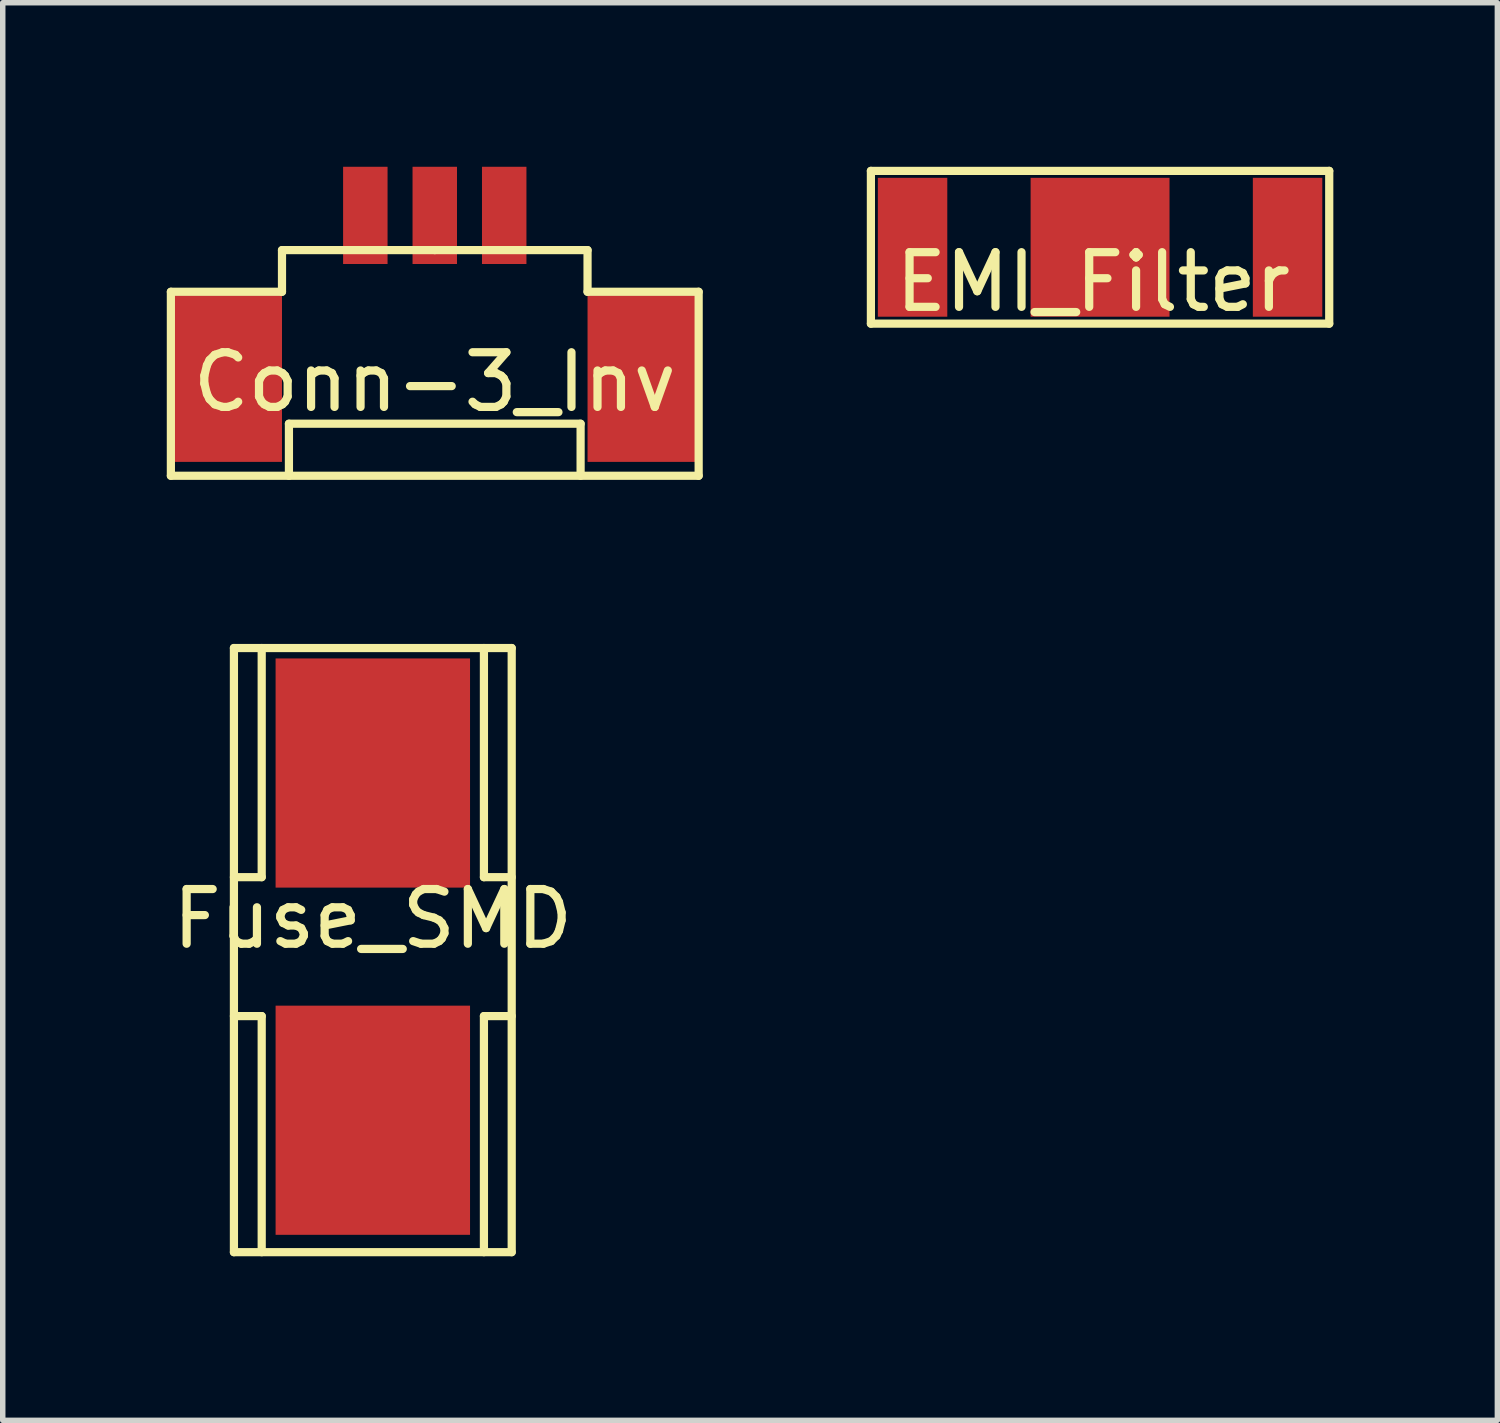
<source format=kicad_pcb>
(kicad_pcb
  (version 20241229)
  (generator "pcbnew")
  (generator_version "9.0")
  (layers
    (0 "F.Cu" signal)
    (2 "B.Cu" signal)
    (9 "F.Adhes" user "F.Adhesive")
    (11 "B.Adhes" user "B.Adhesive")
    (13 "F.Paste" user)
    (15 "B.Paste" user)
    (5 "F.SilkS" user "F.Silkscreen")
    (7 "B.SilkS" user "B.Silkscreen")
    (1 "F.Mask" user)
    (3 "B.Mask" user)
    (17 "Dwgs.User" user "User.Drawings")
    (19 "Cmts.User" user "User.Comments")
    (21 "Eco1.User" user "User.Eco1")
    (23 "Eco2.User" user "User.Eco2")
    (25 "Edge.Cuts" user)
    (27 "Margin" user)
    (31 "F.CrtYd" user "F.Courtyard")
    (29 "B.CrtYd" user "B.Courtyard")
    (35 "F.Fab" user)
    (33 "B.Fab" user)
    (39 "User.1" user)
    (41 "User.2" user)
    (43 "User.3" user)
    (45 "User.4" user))
  (footprint "EMI_Filter"
    (layer "F.Cu")
    (at 17.068 1.472)
    (property "Reference" "EMI_Filter" (at -0.127 0.635 0) (layer "F.SilkS") (effects (font (size 1 1) (thickness 0.15))))
    (attr smd)
    (fp_line (start -4.191 -1.397) (end -4.191 1.397) (stroke (width 0.15) (type solid)) (layer "F.SilkS"))
    (fp_line (start -4.191 1.397) (end 4.191 1.397) (stroke (width 0.15) (type solid)) (layer "F.SilkS"))
    (fp_line (start 4.191 -1.397) (end -4.191 -1.397) (stroke (width 0.15) (type solid)) (layer "F.SilkS"))
    (fp_line (start 4.191 1.397) (end 4.191 -1.397) (stroke (width 0.15) (type solid)) (layer "F.SilkS"))
    (pad "GND" smd rect (at 0 0) (size 2.54 2.54) (layers "F.Cu" "F.Mask" "F.Paste"))
    (pad "VI" smd rect (at -3.429 0) (size 1.27 2.54) (layers "F.Cu" "F.Mask" "F.Paste"))
    (pad "VO" smd rect (at 3.429 0) (size 1.27 2.54) (layers "F.Cu" "F.Mask" "F.Paste")))
  (footprint "Fuse_SMD"
    (layer "F.Cu")
    (at 3.768 14.262)
    (property "Reference" "Fuse_SMD" (at 0 -0.508 0) (layer "F.SilkS") (effects (font (size 1 1) (thickness 0.15))))
    (attr smd)
    (fp_line (start -2.54 -5.461) (end -2.54 5.588) (stroke (width 0.15) (type solid)) (layer "F.SilkS"))
    (fp_line (start -2.54 -5.461) (end 2.54 -5.461) (stroke (width 0.15) (type solid)) (layer "F.SilkS"))
    (fp_line (start -2.032 -5.461) (end -2.032 -1.27) (stroke (width 0.15) (type solid)) (layer "F.SilkS"))
    (fp_line (start -2.032 -1.27) (end -2.54 -1.27) (stroke (width 0.15) (type solid)) (layer "F.SilkS"))
    (fp_line (start -2.032 1.27) (end -2.54 1.27) (stroke (width 0.15) (type solid)) (layer "F.SilkS"))
    (fp_line (start -2.032 5.588) (end -2.032 1.27) (stroke (width 0.15) (type solid)) (layer "F.SilkS"))
    (fp_line (start 2.032 -5.461) (end 2.032 -1.27) (stroke (width 0.15) (type solid)) (layer "F.SilkS"))
    (fp_line (start 2.032 -1.27) (end 2.54 -1.27) (stroke (width 0.15) (type solid)) (layer "F.SilkS"))
    (fp_line (start 2.032 1.27) (end 2.54 1.27) (stroke (width 0.15) (type solid)) (layer "F.SilkS"))
    (fp_line (start 2.032 5.588) (end 2.032 1.27) (stroke (width 0.15) (type solid)) (layer "F.SilkS"))
    (fp_line (start 2.54 5.588) (end -2.54 5.588) (stroke (width 0.15) (type solid)) (layer "F.SilkS"))
    (fp_line (start 2.54 5.588) (end 2.54 -5.461) (stroke (width 0.15) (type solid)) (layer "F.SilkS"))
    (pad "1" smd rect (at 0 -3.175) (size 3.556 4.191) (layers "F.Cu" "F.Mask" "F.Paste"))
    (pad "2" smd rect (at 0 3.175) (size 3.556 4.191) (layers "F.Cu" "F.Mask" "F.Paste")))
  (footprint "Conn-3_Inv"
    (layer "F.Cu")
    (at 4.901 4.318)
    (property "Reference" "Conn-3_Inv" (at 0 -0.381 0) (layer "F.SilkS") (effects (font (size 1 1) (thickness 0.15))))
    (attr smd)
    (fp_line (start -4.826 -2.032) (end -2.794 -2.032) (stroke (width 0.15) (type solid)) (layer "F.SilkS"))
    (fp_line (start -4.826 1.333) (end -4.826 -2.032) (stroke (width 0.15) (type solid)) (layer "F.SilkS"))
    (fp_line (start -2.794 -2.794) (end 0 -2.794) (stroke (width 0.15) (type solid)) (layer "F.SilkS"))
    (fp_line (start -2.794 -2.032) (end -2.794 -2.794) (stroke (width 0.15) (type solid)) (layer "F.SilkS"))
    (fp_line (start -2.667 0.381) (end -2.667 1.333) (stroke (width 0.15) (type solid)) (layer "F.SilkS"))
    (fp_line (start 0 -2.794) (end 2.794 -2.794) (stroke (width 0.15) (type solid)) (layer "F.SilkS"))
    (fp_line (start 2.667 0.381) (end -2.667 0.381) (stroke (width 0.15) (type solid)) (layer "F.SilkS"))
    (fp_line (start 2.667 1.333) (end 2.667 0.381) (stroke (width 0.15) (type solid)) (layer "F.SilkS"))
    (fp_line (start 2.794 -2.794) (end 2.794 -2.032) (stroke (width 0.15) (type solid)) (layer "F.SilkS"))
    (fp_line (start 2.794 -2.032) (end 4.826 -2.032) (stroke (width 0.15) (type solid)) (layer "F.SilkS"))
    (fp_line (start 4.826 -2.032) (end 4.826 1.333) (stroke (width 0.15) (type solid)) (layer "F.SilkS"))
    (fp_line (start 4.826 1.333) (end -4.826 1.333) (stroke (width 0.15) (type solid)) (layer "F.SilkS"))
    (pad "" smd rect (at -3.81 -0.445) (size 2.032 3.048) (layers "F.Cu" "F.Mask" "F.Paste"))
    (pad "" smd rect (at 3.81 -0.445) (size 2.032 3.048) (layers "F.Cu" "F.Mask" "F.Paste"))
    (pad "1" smd rect (at 1.27 -3.429) (size 0.813 1.778) (layers "F.Cu" "F.Mask" "F.Paste"))
    (pad "2" smd rect (at 0 -3.429) (size 0.813 1.778) (layers "F.Cu" "F.Mask" "F.Paste"))
    (pad "3" smd rect (at -1.27 -3.429) (size 0.813 1.778) (layers "F.Cu" "F.Mask" "F.Paste")))
  (gr_rect
    (start -3 -3)
    (end 24.334 22.925)
    (stroke (width 0.1) (type default))
    (fill no)
    (layer "Edge.Cuts")))
</source>
